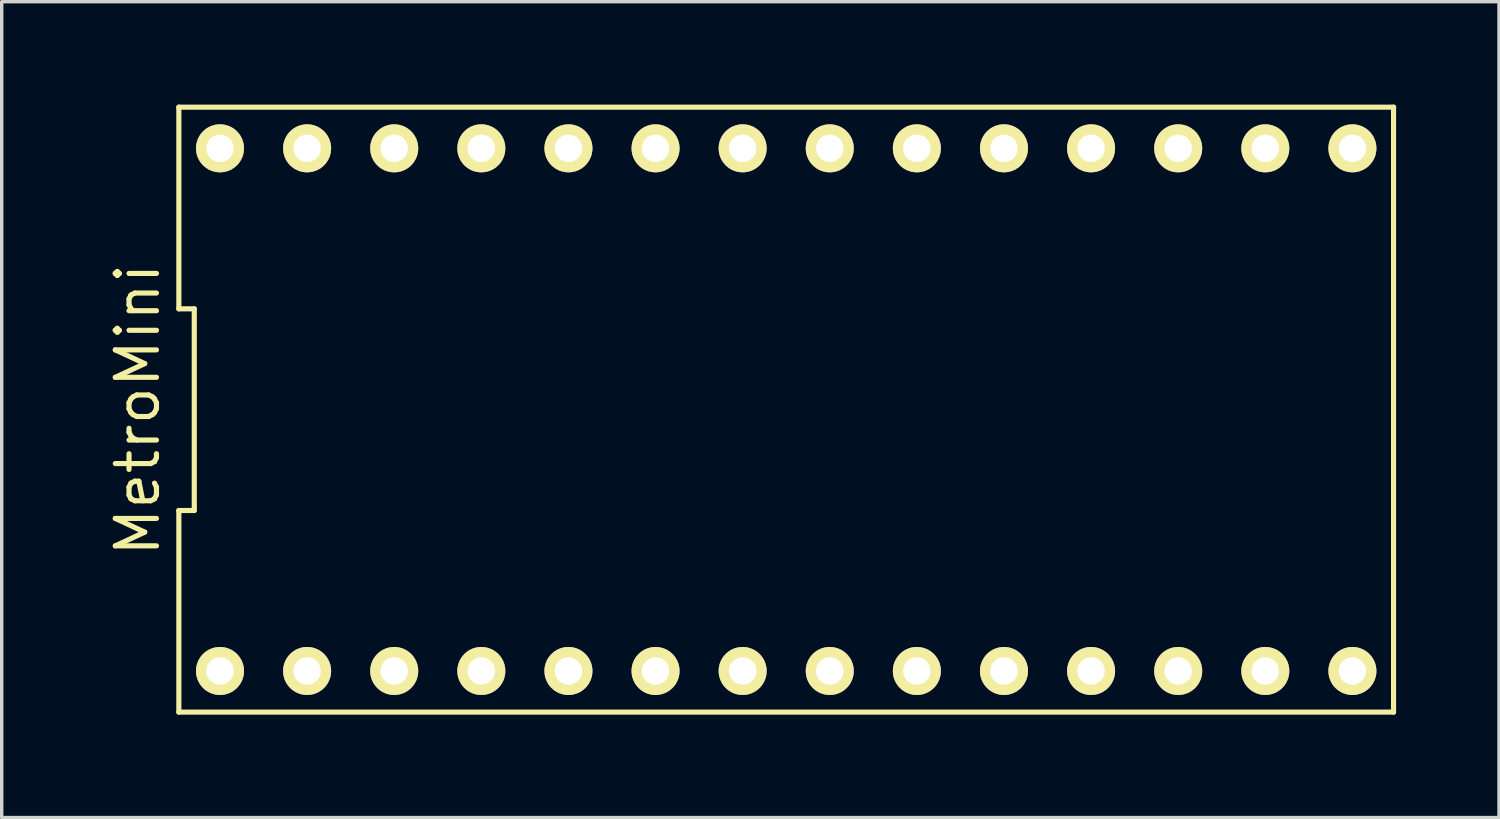
<source format=kicad_pcb>
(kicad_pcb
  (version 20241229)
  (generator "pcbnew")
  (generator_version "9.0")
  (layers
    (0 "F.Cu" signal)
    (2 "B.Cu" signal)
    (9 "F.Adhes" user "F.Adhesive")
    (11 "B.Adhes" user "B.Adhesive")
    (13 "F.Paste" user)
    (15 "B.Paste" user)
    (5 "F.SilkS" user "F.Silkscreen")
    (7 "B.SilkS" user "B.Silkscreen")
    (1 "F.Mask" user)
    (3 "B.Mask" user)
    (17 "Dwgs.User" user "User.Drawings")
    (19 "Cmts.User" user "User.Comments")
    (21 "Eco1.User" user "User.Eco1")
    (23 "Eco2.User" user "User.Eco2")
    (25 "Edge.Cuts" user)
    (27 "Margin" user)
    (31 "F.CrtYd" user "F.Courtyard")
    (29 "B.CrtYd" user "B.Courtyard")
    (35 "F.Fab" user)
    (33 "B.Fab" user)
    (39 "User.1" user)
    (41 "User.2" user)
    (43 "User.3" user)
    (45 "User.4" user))
  (footprint "MetroMini"
    (layer "F.Cu")
    (at 19.875 8.895)
    (property "Reference" "MetroMini" (at -18.91 0 90) (layer "F.SilkS") (effects (font (size 1.2 1.2) (thickness 0.15))))
    (attr through_hole)
    (fp_line (start -17.71 -8.82) (end -17.71 -2.94) (stroke (width 0.15) (type solid)) (layer "F.SilkS"))
    (fp_line (start -17.71 -2.94) (end -17.26 -2.94) (stroke (width 0.15) (type solid)) (layer "F.SilkS"))
    (fp_line (start -17.71 2.94) (end -17.71 8.82) (stroke (width 0.15) (type solid)) (layer "F.SilkS"))
    (fp_line (start -17.71 8.82) (end 17.71 8.82) (stroke (width 0.15) (type solid)) (layer "F.SilkS"))
    (fp_line (start -17.26 -2.94) (end -17.26 2.94) (stroke (width 0.15) (type solid)) (layer "F.SilkS"))
    (fp_line (start -17.26 2.94) (end -17.71 2.94) (stroke (width 0.15) (type solid)) (layer "F.SilkS"))
    (fp_line (start 17.71 -8.82) (end -17.71 -8.82) (stroke (width 0.15) (type solid)) (layer "F.SilkS"))
    (fp_line (start 17.71 8.82) (end 17.71 -8.82) (stroke (width 0.15) (type solid)) (layer "F.SilkS"))
    (pad "1" thru_hole circle (at -16.51 7.62) (size 1.4 1.4) (drill 0.8) (layers "*.Cu" "*.Mask" "F.SilkS"))
    (pad "2" thru_hole circle (at -16.51 -7.62) (size 1.4 1.4) (drill 0.8) (layers "*.Cu" "*.Mask" "F.SilkS"))
    (pad "3" thru_hole circle (at -13.97 7.62) (size 1.4 1.4) (drill 0.8) (layers "*.Cu" "*.Mask" "F.SilkS"))
    (pad "4" thru_hole circle (at -13.97 -7.62) (size 1.4 1.4) (drill 0.8) (layers "*.Cu" "*.Mask" "F.SilkS"))
    (pad "5" thru_hole circle (at -11.43 7.62) (size 1.4 1.4) (drill 0.8) (layers "*.Cu" "*.Mask" "F.SilkS"))
    (pad "6" thru_hole circle (at -11.43 -7.62) (size 1.4 1.4) (drill 0.8) (layers "*.Cu" "*.Mask" "F.SilkS"))
    (pad "7" thru_hole circle (at -8.89 7.62) (size 1.4 1.4) (drill 0.8) (layers "*.Cu" "*.Mask" "F.SilkS"))
    (pad "8" thru_hole circle (at -8.89 -7.62) (size 1.4 1.4) (drill 0.8) (layers "*.Cu" "*.Mask" "F.SilkS"))
    (pad "9" thru_hole circle (at -6.35 7.62) (size 1.4 1.4) (drill 0.8) (layers "*.Cu" "*.Mask" "F.SilkS"))
    (pad "10" thru_hole circle (at -6.35 -7.62) (size 1.4 1.4) (drill 0.8) (layers "*.Cu" "*.Mask" "F.SilkS"))
    (pad "11" thru_hole circle (at -3.81 7.62) (size 1.4 1.4) (drill 0.8) (layers "*.Cu" "*.Mask" "F.SilkS"))
    (pad "12" thru_hole circle (at -3.81 -7.62) (size 1.4 1.4) (drill 0.8) (layers "*.Cu" "*.Mask" "F.SilkS"))
    (pad "13" thru_hole circle (at -1.27 7.62) (size 1.4 1.4) (drill 0.8) (layers "*.Cu" "*.Mask" "F.SilkS"))
    (pad "14" thru_hole circle (at -1.27 -7.62) (size 1.4 1.4) (drill 0.8) (layers "*.Cu" "*.Mask" "F.SilkS"))
    (pad "15" thru_hole circle (at 1.27 7.62) (size 1.4 1.4) (drill 0.8) (layers "*.Cu" "*.Mask" "F.SilkS"))
    (pad "16" thru_hole circle (at 1.27 -7.62) (size 1.4 1.4) (drill 0.8) (layers "*.Cu" "*.Mask" "F.SilkS"))
    (pad "17" thru_hole circle (at 3.81 7.62) (size 1.4 1.4) (drill 0.8) (layers "*.Cu" "*.Mask" "F.SilkS"))
    (pad "18" thru_hole circle (at 3.81 -7.62) (size 1.4 1.4) (drill 0.8) (layers "*.Cu" "*.Mask" "F.SilkS"))
    (pad "19" thru_hole circle (at 6.35 7.62) (size 1.4 1.4) (drill 0.8) (layers "*.Cu" "*.Mask" "F.SilkS"))
    (pad "20" thru_hole circle (at 6.35 -7.62) (size 1.4 1.4) (drill 0.8) (layers "*.Cu" "*.Mask" "F.SilkS"))
    (pad "21" thru_hole circle (at 8.89 7.62) (size 1.4 1.4) (drill 0.8) (layers "*.Cu" "*.Mask" "F.SilkS"))
    (pad "22" thru_hole circle (at 8.89 -7.62) (size 1.4 1.4) (drill 0.8) (layers "*.Cu" "*.Mask" "F.SilkS"))
    (pad "23" thru_hole circle (at 11.43 7.62) (size 1.4 1.4) (drill 0.8) (layers "*.Cu" "*.Mask" "F.SilkS"))
    (pad "24" thru_hole circle (at 11.43 -7.62) (size 1.4 1.4) (drill 0.8) (layers "*.Cu" "*.Mask" "F.SilkS"))
    (pad "25" thru_hole circle (at 13.97 7.62) (size 1.4 1.4) (drill 0.8) (layers "*.Cu" "*.Mask" "F.SilkS"))
    (pad "26" thru_hole circle (at 13.97 -7.62) (size 1.4 1.4) (drill 0.8) (layers "*.Cu" "*.Mask" "F.SilkS"))
    (pad "27" thru_hole circle (at 16.51 7.62) (size 1.4 1.4) (drill 0.8) (layers "*.Cu" "*.Mask" "F.SilkS"))
    (pad "28" thru_hole circle (at 16.51 -7.62) (size 1.4 1.4) (drill 0.8) (layers "*.Cu" "*.Mask" "F.SilkS")))
  (gr_rect
    (start -3 -3)
    (end 40.66 20.79)
    (stroke (width 0.1) (type default))
    (fill no)
    (layer "Edge.Cuts")))
</source>
